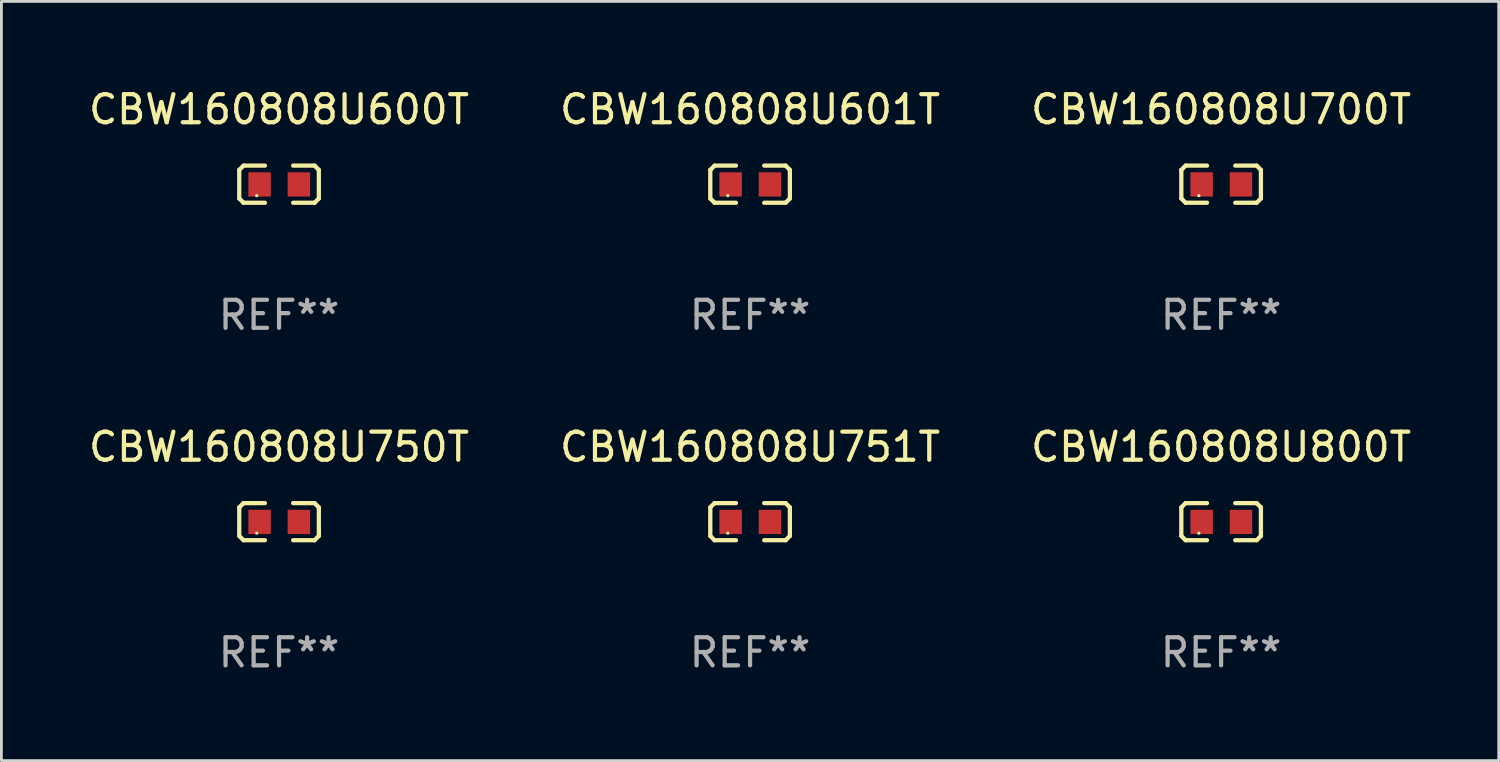
<source format=kicad_pcb>
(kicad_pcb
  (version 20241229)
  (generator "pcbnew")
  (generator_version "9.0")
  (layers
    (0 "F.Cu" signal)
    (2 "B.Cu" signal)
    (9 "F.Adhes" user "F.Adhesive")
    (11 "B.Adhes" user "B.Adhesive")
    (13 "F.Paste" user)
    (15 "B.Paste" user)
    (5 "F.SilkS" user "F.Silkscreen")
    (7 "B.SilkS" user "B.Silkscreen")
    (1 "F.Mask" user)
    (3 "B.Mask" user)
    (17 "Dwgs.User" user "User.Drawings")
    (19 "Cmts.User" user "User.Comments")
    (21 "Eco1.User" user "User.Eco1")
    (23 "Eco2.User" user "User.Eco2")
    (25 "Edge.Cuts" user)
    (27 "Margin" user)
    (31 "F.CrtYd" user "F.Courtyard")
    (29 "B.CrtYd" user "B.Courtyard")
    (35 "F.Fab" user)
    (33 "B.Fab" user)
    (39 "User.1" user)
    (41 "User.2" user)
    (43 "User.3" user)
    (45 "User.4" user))
  (footprint "CBW160808U800T"
    (layer "F.Cu")
    (at 40.435 15.527)
    (property "Reference" "CBW160808U800T" (at 0 -2.661 0) (layer "F.SilkS") (effects (font (size 1 1) (thickness 0.15))))
    (attr through_hole)
    (fp_line (start -1.417 -0.508) (end -1.265 -0.661) (stroke (width 0.152) (type solid)) (layer "F.SilkS"))
    (fp_line (start -1.417 0.508) (end -1.417 -0.508) (stroke (width 0.152) (type solid)) (layer "F.SilkS"))
    (fp_line (start -1.265 -0.661) (end -0.503 -0.661) (stroke (width 0.152) (type solid)) (layer "F.SilkS"))
    (fp_line (start -1.265 0.661) (end -1.417 0.508) (stroke (width 0.152) (type solid)) (layer "F.SilkS"))
    (fp_line (start -1.265 0.661) (end -0.503 0.661) (stroke (width 0.152) (type solid)) (layer "F.SilkS"))
    (fp_line (start 1.265 -0.661) (end 0.503 -0.661) (stroke (width 0.152) (type solid)) (layer "F.SilkS"))
    (fp_line (start 1.265 -0.661) (end 1.417 -0.508) (stroke (width 0.152) (type solid)) (layer "F.SilkS"))
    (fp_line (start 1.265 0.661) (end 0.503 0.661) (stroke (width 0.152) (type solid)) (layer "F.SilkS"))
    (fp_line (start 1.417 -0.508) (end 1.417 0.508) (stroke (width 0.152) (type solid)) (layer "F.SilkS"))
    (fp_line (start 1.417 0.508) (end 1.265 0.661) (stroke (width 0.152) (type solid)) (layer "F.SilkS"))
    (fp_circle (center -0.793 0.409) (end -0.763 0.409) (stroke (width 0.06) (type solid)) (fill no) (layer "F.SilkS"))
    (fp_text user "REF**" (at 0 4.661 0) (layer "F.Fab") (effects (font (size 1 1) (thickness 0.15))))
    (pad "1" smd rect (at -0.693 0.009 180) (size 0.8 0.864) (layers "F.Cu" "F.Mask" "F.Paste"))
    (pad "2" smd rect (at 0.707 0.009 180) (size 0.8 0.864) (layers "F.Cu" "F.Mask" "F.Paste")))
  (footprint "CBW160808U700T"
    (layer "F.Cu")
    (at 40.435 3.509)
    (property "Reference" "CBW160808U700T" (at 0 -2.661 0) (layer "F.SilkS") (effects (font (size 1 1) (thickness 0.15))))
    (attr through_hole)
    (fp_line (start -1.417 -0.508) (end -1.265 -0.661) (stroke (width 0.152) (type solid)) (layer "F.SilkS"))
    (fp_line (start -1.417 0.508) (end -1.417 -0.508) (stroke (width 0.152) (type solid)) (layer "F.SilkS"))
    (fp_line (start -1.265 -0.661) (end -0.503 -0.661) (stroke (width 0.152) (type solid)) (layer "F.SilkS"))
    (fp_line (start -1.265 0.661) (end -1.417 0.508) (stroke (width 0.152) (type solid)) (layer "F.SilkS"))
    (fp_line (start -1.265 0.661) (end -0.503 0.661) (stroke (width 0.152) (type solid)) (layer "F.SilkS"))
    (fp_line (start 1.265 -0.661) (end 0.503 -0.661) (stroke (width 0.152) (type solid)) (layer "F.SilkS"))
    (fp_line (start 1.265 -0.661) (end 1.417 -0.508) (stroke (width 0.152) (type solid)) (layer "F.SilkS"))
    (fp_line (start 1.265 0.661) (end 0.503 0.661) (stroke (width 0.152) (type solid)) (layer "F.SilkS"))
    (fp_line (start 1.417 -0.508) (end 1.417 0.508) (stroke (width 0.152) (type solid)) (layer "F.SilkS"))
    (fp_line (start 1.417 0.508) (end 1.265 0.661) (stroke (width 0.152) (type solid)) (layer "F.SilkS"))
    (fp_circle (center -0.793 0.409) (end -0.763 0.409) (stroke (width 0.06) (type solid)) (fill no) (layer "F.SilkS"))
    (fp_text user "REF**" (at 0 4.661 0) (layer "F.Fab") (effects (font (size 1 1) (thickness 0.15))))
    (pad "1" smd rect (at -0.693 0.009 180) (size 0.8 0.864) (layers "F.Cu" "F.Mask" "F.Paste"))
    (pad "2" smd rect (at 0.707 0.009 180) (size 0.8 0.864) (layers "F.Cu" "F.Mask" "F.Paste")))
  (footprint "CBW160808U751T"
    (layer "F.Cu")
    (at 23.661 15.527)
    (property "Reference" "CBW160808U751T" (at 0 -2.661 0) (layer "F.SilkS") (effects (font (size 1 1) (thickness 0.15))))
    (attr through_hole)
    (fp_line (start -1.417 -0.508) (end -1.265 -0.661) (stroke (width 0.152) (type solid)) (layer "F.SilkS"))
    (fp_line (start -1.417 0.508) (end -1.417 -0.508) (stroke (width 0.152) (type solid)) (layer "F.SilkS"))
    (fp_line (start -1.265 -0.661) (end -0.503 -0.661) (stroke (width 0.152) (type solid)) (layer "F.SilkS"))
    (fp_line (start -1.265 0.661) (end -1.417 0.508) (stroke (width 0.152) (type solid)) (layer "F.SilkS"))
    (fp_line (start -1.265 0.661) (end -0.503 0.661) (stroke (width 0.152) (type solid)) (layer "F.SilkS"))
    (fp_line (start 1.265 -0.661) (end 0.503 -0.661) (stroke (width 0.152) (type solid)) (layer "F.SilkS"))
    (fp_line (start 1.265 -0.661) (end 1.417 -0.508) (stroke (width 0.152) (type solid)) (layer "F.SilkS"))
    (fp_line (start 1.265 0.661) (end 0.503 0.661) (stroke (width 0.152) (type solid)) (layer "F.SilkS"))
    (fp_line (start 1.417 -0.508) (end 1.417 0.508) (stroke (width 0.152) (type solid)) (layer "F.SilkS"))
    (fp_line (start 1.417 0.508) (end 1.265 0.661) (stroke (width 0.152) (type solid)) (layer "F.SilkS"))
    (fp_circle (center -0.793 0.409) (end -0.763 0.409) (stroke (width 0.06) (type solid)) (fill no) (layer "F.SilkS"))
    (fp_text user "REF**" (at 0 4.661 0) (layer "F.Fab") (effects (font (size 1 1) (thickness 0.15))))
    (pad "1" smd rect (at -0.693 0.009 180) (size 0.8 0.864) (layers "F.Cu" "F.Mask" "F.Paste"))
    (pad "2" smd rect (at 0.707 0.009 180) (size 0.8 0.864) (layers "F.Cu" "F.Mask" "F.Paste")))
  (footprint "CBW160808U750T"
    (layer "F.Cu")
    (at 6.887 15.527)
    (property "Reference" "CBW160808U750T" (at 0 -2.661 0) (layer "F.SilkS") (effects (font (size 1 1) (thickness 0.15))))
    (attr through_hole)
    (fp_line (start -1.417 -0.508) (end -1.265 -0.661) (stroke (width 0.152) (type solid)) (layer "F.SilkS"))
    (fp_line (start -1.417 0.508) (end -1.417 -0.508) (stroke (width 0.152) (type solid)) (layer "F.SilkS"))
    (fp_line (start -1.265 -0.661) (end -0.503 -0.661) (stroke (width 0.152) (type solid)) (layer "F.SilkS"))
    (fp_line (start -1.265 0.661) (end -1.417 0.508) (stroke (width 0.152) (type solid)) (layer "F.SilkS"))
    (fp_line (start -1.265 0.661) (end -0.503 0.661) (stroke (width 0.152) (type solid)) (layer "F.SilkS"))
    (fp_line (start 1.265 -0.661) (end 0.503 -0.661) (stroke (width 0.152) (type solid)) (layer "F.SilkS"))
    (fp_line (start 1.265 -0.661) (end 1.417 -0.508) (stroke (width 0.152) (type solid)) (layer "F.SilkS"))
    (fp_line (start 1.265 0.661) (end 0.503 0.661) (stroke (width 0.152) (type solid)) (layer "F.SilkS"))
    (fp_line (start 1.417 -0.508) (end 1.417 0.508) (stroke (width 0.152) (type solid)) (layer "F.SilkS"))
    (fp_line (start 1.417 0.508) (end 1.265 0.661) (stroke (width 0.152) (type solid)) (layer "F.SilkS"))
    (fp_circle (center -0.793 0.409) (end -0.763 0.409) (stroke (width 0.06) (type solid)) (fill no) (layer "F.SilkS"))
    (fp_text user "REF**" (at 0 4.661 0) (layer "F.Fab") (effects (font (size 1 1) (thickness 0.15))))
    (pad "1" smd rect (at -0.693 0.009 180) (size 0.8 0.864) (layers "F.Cu" "F.Mask" "F.Paste"))
    (pad "2" smd rect (at 0.707 0.009 180) (size 0.8 0.864) (layers "F.Cu" "F.Mask" "F.Paste")))
  (footprint "CBW160808U601T"
    (layer "F.Cu")
    (at 23.661 3.509)
    (property "Reference" "CBW160808U601T" (at 0 -2.661 0) (layer "F.SilkS") (effects (font (size 1 1) (thickness 0.15))))
    (attr through_hole)
    (fp_line (start -1.417 -0.508) (end -1.265 -0.661) (stroke (width 0.152) (type solid)) (layer "F.SilkS"))
    (fp_line (start -1.417 0.508) (end -1.417 -0.508) (stroke (width 0.152) (type solid)) (layer "F.SilkS"))
    (fp_line (start -1.265 -0.661) (end -0.503 -0.661) (stroke (width 0.152) (type solid)) (layer "F.SilkS"))
    (fp_line (start -1.265 0.661) (end -1.417 0.508) (stroke (width 0.152) (type solid)) (layer "F.SilkS"))
    (fp_line (start -1.265 0.661) (end -0.503 0.661) (stroke (width 0.152) (type solid)) (layer "F.SilkS"))
    (fp_line (start 1.265 -0.661) (end 0.503 -0.661) (stroke (width 0.152) (type solid)) (layer "F.SilkS"))
    (fp_line (start 1.265 -0.661) (end 1.417 -0.508) (stroke (width 0.152) (type solid)) (layer "F.SilkS"))
    (fp_line (start 1.265 0.661) (end 0.503 0.661) (stroke (width 0.152) (type solid)) (layer "F.SilkS"))
    (fp_line (start 1.417 -0.508) (end 1.417 0.508) (stroke (width 0.152) (type solid)) (layer "F.SilkS"))
    (fp_line (start 1.417 0.508) (end 1.265 0.661) (stroke (width 0.152) (type solid)) (layer "F.SilkS"))
    (fp_circle (center -0.793 0.409) (end -0.763 0.409) (stroke (width 0.06) (type solid)) (fill no) (layer "F.SilkS"))
    (fp_text user "REF**" (at 0 4.661 0) (layer "F.Fab") (effects (font (size 1 1) (thickness 0.15))))
    (pad "1" smd rect (at -0.693 0.009 180) (size 0.8 0.864) (layers "F.Cu" "F.Mask" "F.Paste"))
    (pad "2" smd rect (at 0.707 0.009 180) (size 0.8 0.864) (layers "F.Cu" "F.Mask" "F.Paste")))
  (footprint "CBW160808U600T"
    (layer "F.Cu")
    (at 6.887 3.509)
    (property "Reference" "CBW160808U600T" (at 0 -2.661 0) (layer "F.SilkS") (effects (font (size 1 1) (thickness 0.15))))
    (attr through_hole)
    (fp_line (start -1.417 -0.508) (end -1.265 -0.661) (stroke (width 0.152) (type solid)) (layer "F.SilkS"))
    (fp_line (start -1.417 0.508) (end -1.417 -0.508) (stroke (width 0.152) (type solid)) (layer "F.SilkS"))
    (fp_line (start -1.265 -0.661) (end -0.503 -0.661) (stroke (width 0.152) (type solid)) (layer "F.SilkS"))
    (fp_line (start -1.265 0.661) (end -1.417 0.508) (stroke (width 0.152) (type solid)) (layer "F.SilkS"))
    (fp_line (start -1.265 0.661) (end -0.503 0.661) (stroke (width 0.152) (type solid)) (layer "F.SilkS"))
    (fp_line (start 1.265 -0.661) (end 0.503 -0.661) (stroke (width 0.152) (type solid)) (layer "F.SilkS"))
    (fp_line (start 1.265 -0.661) (end 1.417 -0.508) (stroke (width 0.152) (type solid)) (layer "F.SilkS"))
    (fp_line (start 1.265 0.661) (end 0.503 0.661) (stroke (width 0.152) (type solid)) (layer "F.SilkS"))
    (fp_line (start 1.417 -0.508) (end 1.417 0.508) (stroke (width 0.152) (type solid)) (layer "F.SilkS"))
    (fp_line (start 1.417 0.508) (end 1.265 0.661) (stroke (width 0.152) (type solid)) (layer "F.SilkS"))
    (fp_circle (center -0.793 0.409) (end -0.763 0.409) (stroke (width 0.06) (type solid)) (fill no) (layer "F.SilkS"))
    (fp_text user "REF**" (at 0 4.661 0) (layer "F.Fab") (effects (font (size 1 1) (thickness 0.15))))
    (pad "1" smd rect (at -0.693 0.009 180) (size 0.8 0.864) (layers "F.Cu" "F.Mask" "F.Paste"))
    (pad "2" smd rect (at 0.707 0.009 180) (size 0.8 0.864) (layers "F.Cu" "F.Mask" "F.Paste")))
  (gr_rect
    (start -3 -3)
    (end 50.321 24.035)
    (stroke (width 0.1) (type default))
    (fill no)
    (layer "Edge.Cuts")))
</source>
